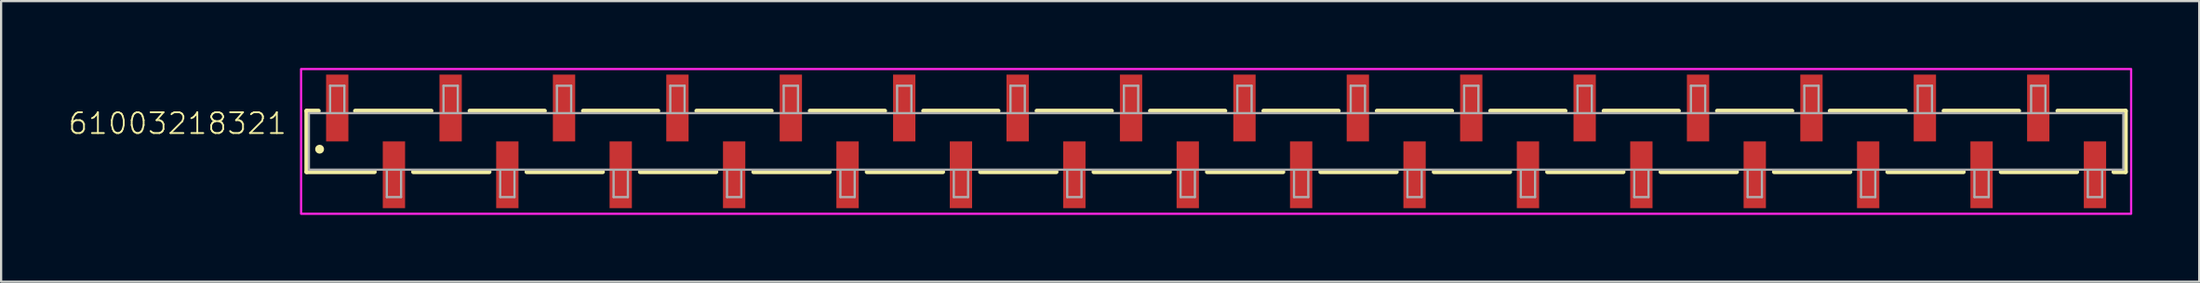
<source format=kicad_pcb>
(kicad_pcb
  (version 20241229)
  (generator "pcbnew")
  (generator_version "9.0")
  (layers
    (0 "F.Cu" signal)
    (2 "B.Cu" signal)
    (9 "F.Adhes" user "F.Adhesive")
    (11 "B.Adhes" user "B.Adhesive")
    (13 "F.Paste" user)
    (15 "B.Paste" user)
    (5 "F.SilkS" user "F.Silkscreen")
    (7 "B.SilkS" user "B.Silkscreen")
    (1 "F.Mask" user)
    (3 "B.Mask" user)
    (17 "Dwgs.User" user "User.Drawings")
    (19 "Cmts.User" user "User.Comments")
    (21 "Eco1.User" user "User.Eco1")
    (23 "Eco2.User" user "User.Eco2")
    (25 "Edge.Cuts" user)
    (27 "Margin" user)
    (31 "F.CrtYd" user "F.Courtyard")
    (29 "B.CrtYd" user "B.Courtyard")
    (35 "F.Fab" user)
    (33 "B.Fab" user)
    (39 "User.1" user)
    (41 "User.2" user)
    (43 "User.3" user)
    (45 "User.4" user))
  (footprint "61003218321"
    (layer "F.Cu")
    (at 51.427 3.3)
    (property "Reference" "61003218321" (at -41.578 -0.256 0) (unlocked yes) (layer "F.SilkS") (effects (font (size 0.935 0.935) (thickness 0.081)) (justify right bottom)))
    (fp_line (start -40.74 -1.37) (end -40.74 1.37) (stroke (width 0.2) (type solid)) (layer "F.SilkS"))
    (fp_line (start -40.74 1.37) (end -37.7 1.37) (stroke (width 0.2) (type solid)) (layer "F.SilkS"))
    (fp_line (start -40.21 -1.37) (end -40.74 -1.37) (stroke (width 0.2) (type solid)) (layer "F.SilkS"))
    (fp_line (start -35.96 1.37) (end -32.56 1.37) (stroke (width 0.2) (type solid)) (layer "F.SilkS"))
    (fp_line (start -35.16 -1.37) (end -38.56 -1.37) (stroke (width 0.2) (type solid)) (layer "F.SilkS"))
    (fp_line (start -30.88 1.37) (end -27.48 1.37) (stroke (width 0.2) (type solid)) (layer "F.SilkS"))
    (fp_line (start -30.08 -1.37) (end -33.43 -1.37) (stroke (width 0.2) (type solid)) (layer "F.SilkS"))
    (fp_line (start -25.8 1.37) (end -22.4 1.37) (stroke (width 0.2) (type solid)) (layer "F.SilkS"))
    (fp_line (start -25 -1.37) (end -28.35 -1.37) (stroke (width 0.2) (type solid)) (layer "F.SilkS"))
    (fp_line (start -20.72 1.37) (end -17.32 1.37) (stroke (width 0.2) (type solid)) (layer "F.SilkS"))
    (fp_line (start -19.92 -1.37) (end -23.27 -1.37) (stroke (width 0.2) (type solid)) (layer "F.SilkS"))
    (fp_line (start -15.64 1.37) (end -12.24 1.37) (stroke (width 0.2) (type solid)) (layer "F.SilkS"))
    (fp_line (start -14.84 -1.37) (end -18.19 -1.37) (stroke (width 0.2) (type solid)) (layer "F.SilkS"))
    (fp_line (start -10.56 1.37) (end -7.16 1.37) (stroke (width 0.2) (type solid)) (layer "F.SilkS"))
    (fp_line (start -9.76 -1.37) (end -13.11 -1.37) (stroke (width 0.2) (type solid)) (layer "F.SilkS"))
    (fp_line (start -5.48 1.37) (end -2.08 1.37) (stroke (width 0.2) (type solid)) (layer "F.SilkS"))
    (fp_line (start -4.68 -1.37) (end -8.03 -1.37) (stroke (width 0.2) (type solid)) (layer "F.SilkS"))
    (fp_line (start -0.4 1.37) (end 3 1.37) (stroke (width 0.2) (type solid)) (layer "F.SilkS"))
    (fp_line (start 0.4 -1.37) (end -2.95 -1.37) (stroke (width 0.2) (type solid)) (layer "F.SilkS"))
    (fp_line (start 4.68 1.37) (end 8.08 1.37) (stroke (width 0.2) (type solid)) (layer "F.SilkS"))
    (fp_line (start 5.48 -1.37) (end 2.13 -1.37) (stroke (width 0.2) (type solid)) (layer "F.SilkS"))
    (fp_line (start 9.76 1.37) (end 13.16 1.37) (stroke (width 0.2) (type solid)) (layer "F.SilkS"))
    (fp_line (start 10.56 -1.37) (end 7.21 -1.37) (stroke (width 0.2) (type solid)) (layer "F.SilkS"))
    (fp_line (start 14.84 1.37) (end 18.24 1.37) (stroke (width 0.2) (type solid)) (layer "F.SilkS"))
    (fp_line (start 15.64 -1.37) (end 12.29 -1.37) (stroke (width 0.2) (type solid)) (layer "F.SilkS"))
    (fp_line (start 19.92 1.37) (end 23.32 1.37) (stroke (width 0.2) (type solid)) (layer "F.SilkS"))
    (fp_line (start 20.72 -1.37) (end 17.37 -1.37) (stroke (width 0.2) (type solid)) (layer "F.SilkS"))
    (fp_line (start 25 1.37) (end 28.4 1.37) (stroke (width 0.2) (type solid)) (layer "F.SilkS"))
    (fp_line (start 25.8 -1.37) (end 22.45 -1.37) (stroke (width 0.2) (type solid)) (layer "F.SilkS"))
    (fp_line (start 30.08 1.37) (end 33.48 1.37) (stroke (width 0.2) (type solid)) (layer "F.SilkS"))
    (fp_line (start 30.88 -1.37) (end 27.5 -1.37) (stroke (width 0.2) (type solid)) (layer "F.SilkS"))
    (fp_line (start 35.16 1.37) (end 38.56 1.37) (stroke (width 0.2) (type solid)) (layer "F.SilkS"))
    (fp_line (start 35.96 -1.37) (end 32.6 -1.37) (stroke (width 0.2) (type solid)) (layer "F.SilkS"))
    (fp_line (start 40.21 1.37) (end 40.74 1.37) (stroke (width 0.2) (type solid)) (layer "F.SilkS"))
    (fp_line (start 40.74 -1.37) (end 37.7 -1.37) (stroke (width 0.2) (type solid)) (layer "F.SilkS"))
    (fp_line (start 40.74 1.37) (end 40.74 -1.37) (stroke (width 0.2) (type solid)) (layer "F.SilkS"))
    (fp_circle (center -40.16 0.35) (end -40.06 0.35) (stroke (width 0.2) (type solid)) (fill no) (layer "F.SilkS"))
    (fp_poly (pts (xy 40.99 3.25) (xy -40.99 3.25) (xy -40.99 -3.25) (xy 40.99 -3.25)) (stroke (width 0.1) (type default)) (fill no) (layer "F.CrtYd"))
    (fp_line (start -40.64 -1.27) (end -40.64 1.27) (stroke (width 0.1) (type solid)) (layer "F.Fab"))
    (fp_line (start -40.64 1.27) (end 40.64 1.27) (stroke (width 0.1) (type solid)) (layer "F.Fab"))
    (fp_line (start -39.69 -2.5) (end -39.05 -2.5) (stroke (width 0.1) (type solid)) (layer "F.Fab"))
    (fp_line (start -39.69 -1.3) (end -39.69 -2.5) (stroke (width 0.1) (type solid)) (layer "F.Fab"))
    (fp_line (start -39.05 -2.5) (end -39.05 -1.3) (stroke (width 0.1) (type solid)) (layer "F.Fab"))
    (fp_line (start -37.15 2.5) (end -37.15 1.3) (stroke (width 0.1) (type solid)) (layer "F.Fab"))
    (fp_line (start -36.51 1.3) (end -36.51 2.5) (stroke (width 0.1) (type solid)) (layer "F.Fab"))
    (fp_line (start -36.51 2.5) (end -37.15 2.5) (stroke (width 0.1) (type solid)) (layer "F.Fab"))
    (fp_line (start -34.61 -2.5) (end -33.97 -2.5) (stroke (width 0.1) (type solid)) (layer "F.Fab"))
    (fp_line (start -34.61 -1.3) (end -34.61 -2.5) (stroke (width 0.1) (type solid)) (layer "F.Fab"))
    (fp_line (start -33.97 -2.5) (end -33.97 -1.3) (stroke (width 0.1) (type solid)) (layer "F.Fab"))
    (fp_line (start -32.07 2.5) (end -32.07 1.3) (stroke (width 0.1) (type solid)) (layer "F.Fab"))
    (fp_line (start -31.43 1.3) (end -31.43 2.5) (stroke (width 0.1) (type solid)) (layer "F.Fab"))
    (fp_line (start -31.43 2.5) (end -32.07 2.5) (stroke (width 0.1) (type solid)) (layer "F.Fab"))
    (fp_line (start -29.53 -2.5) (end -28.89 -2.5) (stroke (width 0.1) (type solid)) (layer "F.Fab"))
    (fp_line (start -29.53 -1.3) (end -29.53 -2.5) (stroke (width 0.1) (type solid)) (layer "F.Fab"))
    (fp_line (start -28.89 -2.5) (end -28.89 -1.3) (stroke (width 0.1) (type solid)) (layer "F.Fab"))
    (fp_line (start -26.99 2.5) (end -26.99 1.3) (stroke (width 0.1) (type solid)) (layer "F.Fab"))
    (fp_line (start -26.35 1.3) (end -26.35 2.5) (stroke (width 0.1) (type solid)) (layer "F.Fab"))
    (fp_line (start -26.35 2.5) (end -26.99 2.5) (stroke (width 0.1) (type solid)) (layer "F.Fab"))
    (fp_line (start -24.45 -2.5) (end -23.81 -2.5) (stroke (width 0.1) (type solid)) (layer "F.Fab"))
    (fp_line (start -24.45 -1.3) (end -24.45 -2.5) (stroke (width 0.1) (type solid)) (layer "F.Fab"))
    (fp_line (start -23.81 -2.5) (end -23.81 -1.3) (stroke (width 0.1) (type solid)) (layer "F.Fab"))
    (fp_line (start -21.91 2.5) (end -21.91 1.3) (stroke (width 0.1) (type solid)) (layer "F.Fab"))
    (fp_line (start -21.27 1.3) (end -21.27 2.5) (stroke (width 0.1) (type solid)) (layer "F.Fab"))
    (fp_line (start -21.27 2.5) (end -21.91 2.5) (stroke (width 0.1) (type solid)) (layer "F.Fab"))
    (fp_line (start -19.37 -2.5) (end -18.73 -2.5) (stroke (width 0.1) (type solid)) (layer "F.Fab"))
    (fp_line (start -19.37 -1.3) (end -19.37 -2.5) (stroke (width 0.1) (type solid)) (layer "F.Fab"))
    (fp_line (start -18.73 -2.5) (end -18.73 -1.3) (stroke (width 0.1) (type solid)) (layer "F.Fab"))
    (fp_line (start -16.83 2.5) (end -16.83 1.3) (stroke (width 0.1) (type solid)) (layer "F.Fab"))
    (fp_line (start -16.19 1.3) (end -16.19 2.5) (stroke (width 0.1) (type solid)) (layer "F.Fab"))
    (fp_line (start -16.19 2.5) (end -16.83 2.5) (stroke (width 0.1) (type solid)) (layer "F.Fab"))
    (fp_line (start -14.29 -2.5) (end -13.65 -2.5) (stroke (width 0.1) (type solid)) (layer "F.Fab"))
    (fp_line (start -14.29 -1.3) (end -14.29 -2.5) (stroke (width 0.1) (type solid)) (layer "F.Fab"))
    (fp_line (start -13.65 -2.5) (end -13.65 -1.3) (stroke (width 0.1) (type solid)) (layer "F.Fab"))
    (fp_line (start -11.75 2.5) (end -11.75 1.3) (stroke (width 0.1) (type solid)) (layer "F.Fab"))
    (fp_line (start -11.11 1.3) (end -11.11 2.5) (stroke (width 0.1) (type solid)) (layer "F.Fab"))
    (fp_line (start -11.11 2.5) (end -11.75 2.5) (stroke (width 0.1) (type solid)) (layer "F.Fab"))
    (fp_line (start -9.21 -2.5) (end -8.57 -2.5) (stroke (width 0.1) (type solid)) (layer "F.Fab"))
    (fp_line (start -9.21 -1.3) (end -9.21 -2.5) (stroke (width 0.1) (type solid)) (layer "F.Fab"))
    (fp_line (start -8.57 -2.5) (end -8.57 -1.3) (stroke (width 0.1) (type solid)) (layer "F.Fab"))
    (fp_line (start -6.67 2.5) (end -6.67 1.3) (stroke (width 0.1) (type solid)) (layer "F.Fab"))
    (fp_line (start -6.03 1.3) (end -6.03 2.5) (stroke (width 0.1) (type solid)) (layer "F.Fab"))
    (fp_line (start -6.03 2.5) (end -6.67 2.5) (stroke (width 0.1) (type solid)) (layer "F.Fab"))
    (fp_line (start -4.13 -2.5) (end -3.49 -2.5) (stroke (width 0.1) (type solid)) (layer "F.Fab"))
    (fp_line (start -4.13 -1.3) (end -4.13 -2.5) (stroke (width 0.1) (type solid)) (layer "F.Fab"))
    (fp_line (start -3.49 -2.5) (end -3.49 -1.3) (stroke (width 0.1) (type solid)) (layer "F.Fab"))
    (fp_line (start -1.59 2.5) (end -1.59 1.3) (stroke (width 0.1) (type solid)) (layer "F.Fab"))
    (fp_line (start -0.95 1.3) (end -0.95 2.5) (stroke (width 0.1) (type solid)) (layer "F.Fab"))
    (fp_line (start -0.95 2.5) (end -1.59 2.5) (stroke (width 0.1) (type solid)) (layer "F.Fab"))
    (fp_line (start 0.95 -2.5) (end 1.59 -2.5) (stroke (width 0.1) (type solid)) (layer "F.Fab"))
    (fp_line (start 0.95 -1.3) (end 0.95 -2.5) (stroke (width 0.1) (type solid)) (layer "F.Fab"))
    (fp_line (start 1.59 -2.5) (end 1.59 -1.3) (stroke (width 0.1) (type solid)) (layer "F.Fab"))
    (fp_line (start 3.49 2.5) (end 3.49 1.3) (stroke (width 0.1) (type solid)) (layer "F.Fab"))
    (fp_line (start 4.13 1.3) (end 4.13 2.5) (stroke (width 0.1) (type solid)) (layer "F.Fab"))
    (fp_line (start 4.13 2.5) (end 3.49 2.5) (stroke (width 0.1) (type solid)) (layer "F.Fab"))
    (fp_line (start 6.03 -2.5) (end 6.67 -2.5) (stroke (width 0.1) (type solid)) (layer "F.Fab"))
    (fp_line (start 6.03 -1.3) (end 6.03 -2.5) (stroke (width 0.1) (type solid)) (layer "F.Fab"))
    (fp_line (start 6.67 -2.5) (end 6.67 -1.3) (stroke (width 0.1) (type solid)) (layer "F.Fab"))
    (fp_line (start 8.57 2.5) (end 8.57 1.3) (stroke (width 0.1) (type solid)) (layer "F.Fab"))
    (fp_line (start 9.21 1.3) (end 9.21 2.5) (stroke (width 0.1) (type solid)) (layer "F.Fab"))
    (fp_line (start 9.21 2.5) (end 8.57 2.5) (stroke (width 0.1) (type solid)) (layer "F.Fab"))
    (fp_line (start 11.11 -2.5) (end 11.75 -2.5) (stroke (width 0.1) (type solid)) (layer "F.Fab"))
    (fp_line (start 11.11 -1.3) (end 11.11 -2.5) (stroke (width 0.1) (type solid)) (layer "F.Fab"))
    (fp_line (start 11.75 -2.5) (end 11.75 -1.3) (stroke (width 0.1) (type solid)) (layer "F.Fab"))
    (fp_line (start 13.65 2.5) (end 13.65 1.3) (stroke (width 0.1) (type solid)) (layer "F.Fab"))
    (fp_line (start 14.29 1.3) (end 14.29 2.5) (stroke (width 0.1) (type solid)) (layer "F.Fab"))
    (fp_line (start 14.29 2.5) (end 13.65 2.5) (stroke (width 0.1) (type solid)) (layer "F.Fab"))
    (fp_line (start 16.19 -2.5) (end 16.83 -2.5) (stroke (width 0.1) (type solid)) (layer "F.Fab"))
    (fp_line (start 16.19 -1.3) (end 16.19 -2.5) (stroke (width 0.1) (type solid)) (layer "F.Fab"))
    (fp_line (start 16.83 -2.5) (end 16.83 -1.3) (stroke (width 0.1) (type solid)) (layer "F.Fab"))
    (fp_line (start 18.73 2.5) (end 18.73 1.3) (stroke (width 0.1) (type solid)) (layer "F.Fab"))
    (fp_line (start 19.37 1.3) (end 19.37 2.5) (stroke (width 0.1) (type solid)) (layer "F.Fab"))
    (fp_line (start 19.37 2.5) (end 18.73 2.5) (stroke (width 0.1) (type solid)) (layer "F.Fab"))
    (fp_line (start 21.27 -2.5) (end 21.91 -2.5) (stroke (width 0.1) (type solid)) (layer "F.Fab"))
    (fp_line (start 21.27 -1.3) (end 21.27 -2.5) (stroke (width 0.1) (type solid)) (layer "F.Fab"))
    (fp_line (start 21.91 -2.5) (end 21.91 -1.3) (stroke (width 0.1) (type solid)) (layer "F.Fab"))
    (fp_line (start 23.81 2.5) (end 23.81 1.3) (stroke (width 0.1) (type solid)) (layer "F.Fab"))
    (fp_line (start 24.45 1.3) (end 24.45 2.5) (stroke (width 0.1) (type solid)) (layer "F.Fab"))
    (fp_line (start 24.45 2.5) (end 23.81 2.5) (stroke (width 0.1) (type solid)) (layer "F.Fab"))
    (fp_line (start 26.35 -2.5) (end 26.99 -2.5) (stroke (width 0.1) (type solid)) (layer "F.Fab"))
    (fp_line (start 26.35 -1.3) (end 26.35 -2.5) (stroke (width 0.1) (type solid)) (layer "F.Fab"))
    (fp_line (start 26.99 -2.5) (end 26.99 -1.3) (stroke (width 0.1) (type solid)) (layer "F.Fab"))
    (fp_line (start 28.89 2.5) (end 28.89 1.3) (stroke (width 0.1) (type solid)) (layer "F.Fab"))
    (fp_line (start 29.53 1.3) (end 29.53 2.5) (stroke (width 0.1) (type solid)) (layer "F.Fab"))
    (fp_line (start 29.53 2.5) (end 28.89 2.5) (stroke (width 0.1) (type solid)) (layer "F.Fab"))
    (fp_line (start 31.43 -2.5) (end 32.07 -2.5) (stroke (width 0.1) (type solid)) (layer "F.Fab"))
    (fp_line (start 31.43 -1.3) (end 31.43 -2.5) (stroke (width 0.1) (type solid)) (layer "F.Fab"))
    (fp_line (start 32.07 -2.5) (end 32.07 -1.3) (stroke (width 0.1) (type solid)) (layer "F.Fab"))
    (fp_line (start 33.97 2.5) (end 33.97 1.3) (stroke (width 0.1) (type solid)) (layer "F.Fab"))
    (fp_line (start 34.61 1.3) (end 34.61 2.5) (stroke (width 0.1) (type solid)) (layer "F.Fab"))
    (fp_line (start 34.61 2.5) (end 33.97 2.5) (stroke (width 0.1) (type solid)) (layer "F.Fab"))
    (fp_line (start 36.51 -2.5) (end 37.15 -2.5) (stroke (width 0.1) (type solid)) (layer "F.Fab"))
    (fp_line (start 36.51 -1.3) (end 36.51 -2.5) (stroke (width 0.1) (type solid)) (layer "F.Fab"))
    (fp_line (start 37.15 -2.5) (end 37.15 -1.3) (stroke (width 0.1) (type solid)) (layer "F.Fab"))
    (fp_line (start 39.05 2.5) (end 39.05 1.3) (stroke (width 0.1) (type solid)) (layer "F.Fab"))
    (fp_line (start 39.69 1.3) (end 39.69 2.5) (stroke (width 0.1) (type solid)) (layer "F.Fab"))
    (fp_line (start 39.69 2.5) (end 39.05 2.5) (stroke (width 0.1) (type solid)) (layer "F.Fab"))
    (fp_line (start 40.64 -1.27) (end -40.64 -1.27) (stroke (width 0.1) (type solid)) (layer "F.Fab"))
    (fp_line (start 40.64 1.27) (end 40.64 -1.27) (stroke (width 0.1) (type solid)) (layer "F.Fab"))
    (pad "1" smd rect (at -39.37 -1.5) (size 1 3) (layers "F.Cu" "F.Mask" "F.Paste"))
    (pad "2" smd rect (at -36.83 1.5) (size 1 3) (layers "F.Cu" "F.Mask" "F.Paste"))
    (pad "3" smd rect (at -34.29 -1.5) (size 1 3) (layers "F.Cu" "F.Mask" "F.Paste"))
    (pad "4" smd rect (at -31.75 1.5) (size 1 3) (layers "F.Cu" "F.Mask" "F.Paste"))
    (pad "5" smd rect (at -29.21 -1.5) (size 1 3) (layers "F.Cu" "F.Mask" "F.Paste"))
    (pad "6" smd rect (at -26.67 1.5) (size 1 3) (layers "F.Cu" "F.Mask" "F.Paste"))
    (pad "7" smd rect (at -24.13 -1.5) (size 1 3) (layers "F.Cu" "F.Mask" "F.Paste"))
    (pad "8" smd rect (at -21.59 1.5) (size 1 3) (layers "F.Cu" "F.Mask" "F.Paste"))
    (pad "9" smd rect (at -19.05 -1.5) (size 1 3) (layers "F.Cu" "F.Mask" "F.Paste"))
    (pad "10" smd rect (at -16.51 1.5) (size 1 3) (layers "F.Cu" "F.Mask" "F.Paste"))
    (pad "11" smd rect (at -13.97 -1.5) (size 1 3) (layers "F.Cu" "F.Mask" "F.Paste"))
    (pad "12" smd rect (at -11.43 1.5) (size 1 3) (layers "F.Cu" "F.Mask" "F.Paste"))
    (pad "13" smd rect (at -8.89 -1.5) (size 1 3) (layers "F.Cu" "F.Mask" "F.Paste"))
    (pad "14" smd rect (at -6.35 1.5) (size 1 3) (layers "F.Cu" "F.Mask" "F.Paste"))
    (pad "15" smd rect (at -3.81 -1.5) (size 1 3) (layers "F.Cu" "F.Mask" "F.Paste"))
    (pad "16" smd rect (at -1.27 1.5) (size 1 3) (layers "F.Cu" "F.Mask" "F.Paste"))
    (pad "17" smd rect (at 1.27 -1.5) (size 1 3) (layers "F.Cu" "F.Mask" "F.Paste"))
    (pad "18" smd rect (at 3.81 1.5) (size 1 3) (layers "F.Cu" "F.Mask" "F.Paste"))
    (pad "19" smd rect (at 6.35 -1.5 180) (size 1 3) (layers "F.Cu" "F.Mask" "F.Paste"))
    (pad "20" smd rect (at 8.89 1.5 180) (size 1 3) (layers "F.Cu" "F.Mask" "F.Paste"))
    (pad "21" smd rect (at 11.43 -1.5 180) (size 1 3) (layers "F.Cu" "F.Mask" "F.Paste"))
    (pad "22" smd rect (at 13.97 1.5 180) (size 1 3) (layers "F.Cu" "F.Mask" "F.Paste"))
    (pad "23" smd rect (at 16.51 -1.5 180) (size 1 3) (layers "F.Cu" "F.Mask" "F.Paste"))
    (pad "24" smd rect (at 19.05 1.5 180) (size 1 3) (layers "F.Cu" "F.Mask" "F.Paste"))
    (pad "25" smd rect (at 21.59 -1.5 180) (size 1 3) (layers "F.Cu" "F.Mask" "F.Paste"))
    (pad "26" smd rect (at 24.13 1.5 180) (size 1 3) (layers "F.Cu" "F.Mask" "F.Paste"))
    (pad "27" smd rect (at 26.67 -1.5 180) (size 1 3) (layers "F.Cu" "F.Mask" "F.Paste"))
    (pad "28" smd rect (at 29.21 1.5 180) (size 1 3) (layers "F.Cu" "F.Mask" "F.Paste"))
    (pad "29" smd rect (at 31.75 -1.5 180) (size 1 3) (layers "F.Cu" "F.Mask" "F.Paste"))
    (pad "30" smd rect (at 34.29 1.5 180) (size 1 3) (layers "F.Cu" "F.Mask" "F.Paste"))
    (pad "31" smd rect (at 36.83 -1.5 180) (size 1 3) (layers "F.Cu" "F.Mask" "F.Paste"))
    (pad "32" smd rect (at 39.37 1.5 180) (size 1 3) (layers "F.Cu" "F.Mask" "F.Paste")))
  (gr_rect
    (start -3 -3)
    (end 95.467 9.6)
    (stroke (width 0.1) (type default))
    (fill no)
    (layer "Edge.Cuts")))
</source>
